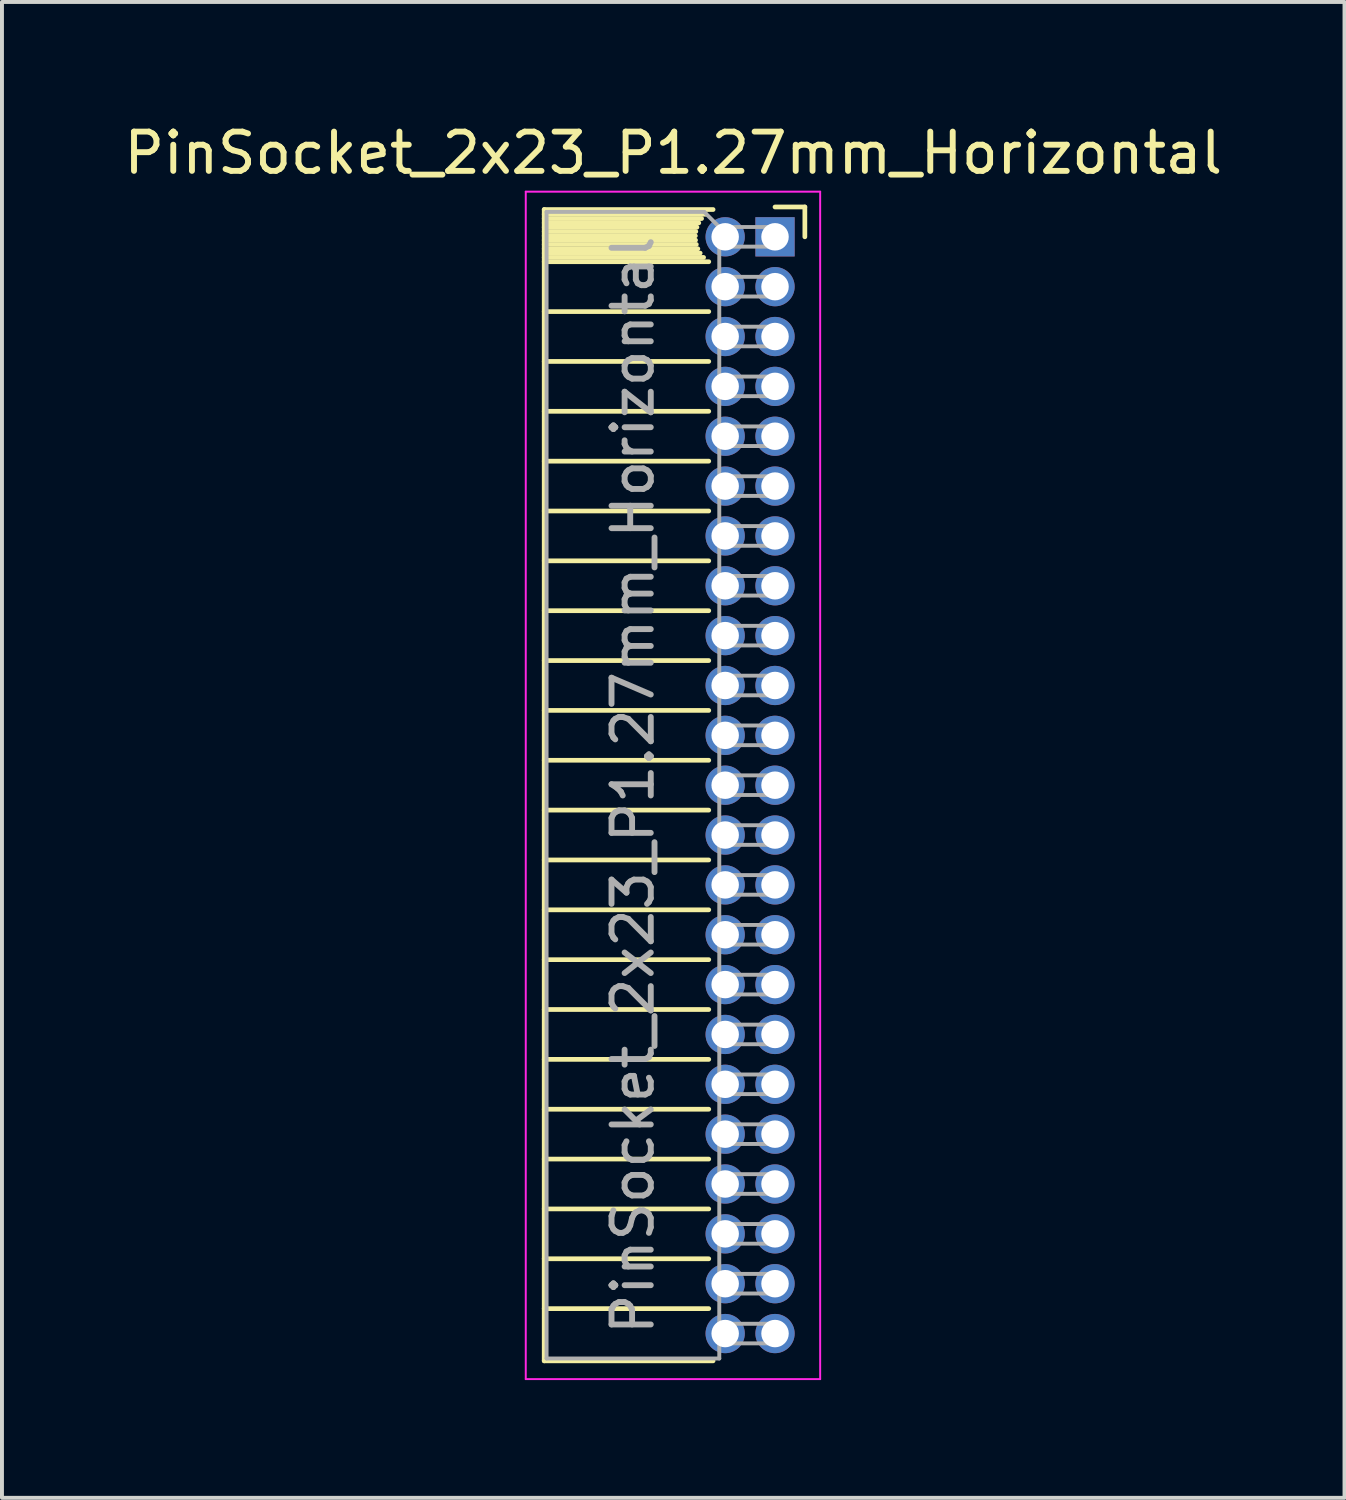
<source format=kicad_pcb>
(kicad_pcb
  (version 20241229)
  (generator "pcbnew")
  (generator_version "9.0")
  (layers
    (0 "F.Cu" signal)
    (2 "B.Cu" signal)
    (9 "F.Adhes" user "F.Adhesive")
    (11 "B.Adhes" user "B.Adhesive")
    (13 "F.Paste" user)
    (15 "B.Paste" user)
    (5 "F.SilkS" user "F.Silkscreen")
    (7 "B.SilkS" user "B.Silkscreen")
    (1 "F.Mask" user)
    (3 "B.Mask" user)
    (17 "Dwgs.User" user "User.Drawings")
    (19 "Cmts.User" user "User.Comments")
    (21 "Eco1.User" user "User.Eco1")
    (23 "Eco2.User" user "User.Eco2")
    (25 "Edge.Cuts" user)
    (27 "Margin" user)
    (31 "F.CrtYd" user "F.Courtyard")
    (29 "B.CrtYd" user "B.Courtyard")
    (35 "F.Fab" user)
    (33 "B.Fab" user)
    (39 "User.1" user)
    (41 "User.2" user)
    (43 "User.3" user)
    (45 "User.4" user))
  (footprint "PinSocket_2x23_P1.27mm_Horizontal"
    (layer "F.Cu")
    (at 16.694 2.983)
    (property "Reference" "PinSocket_2x23_P1.27mm_Horizontal" (at -2.592 -2.135 0) (layer "F.SilkS") (effects (font (size 1 1) (thickness 0.15))))
    (attr through_hole)
    (fp_line (start -5.88 -0.695) (end -5.88 28.635) (stroke (width 0.12) (type solid)) (layer "F.SilkS"))
    (fp_line (start -5.88 -0.695) (end -1.578 -0.695) (stroke (width 0.12) (type solid)) (layer "F.SilkS"))
    (fp_line (start -5.88 -0.575) (end -1.767 -0.575) (stroke (width 0.12) (type solid)) (layer "F.SilkS"))
    (fp_line (start -5.88 -0.465) (end -1.871 -0.465) (stroke (width 0.12) (type solid)) (layer "F.SilkS"))
    (fp_line (start -5.88 -0.355) (end -1.942 -0.355) (stroke (width 0.12) (type solid)) (layer "F.SilkS"))
    (fp_line (start -5.88 -0.245) (end -1.989 -0.245) (stroke (width 0.12) (type solid)) (layer "F.SilkS"))
    (fp_line (start -5.88 -0.135) (end -2.018 -0.135) (stroke (width 0.12) (type solid)) (layer "F.SilkS"))
    (fp_line (start -5.88 -0.025) (end -2.03 -0.025) (stroke (width 0.12) (type solid)) (layer "F.SilkS"))
    (fp_line (start -5.88 0.085) (end -2.025 0.085) (stroke (width 0.12) (type solid)) (layer "F.SilkS"))
    (fp_line (start -5.88 0.195) (end -2.005 0.195) (stroke (width 0.12) (type solid)) (layer "F.SilkS"))
    (fp_line (start -5.88 0.305) (end -1.966 0.305) (stroke (width 0.12) (type solid)) (layer "F.SilkS"))
    (fp_line (start -5.88 0.415) (end -1.907 0.415) (stroke (width 0.12) (type solid)) (layer "F.SilkS"))
    (fp_line (start -5.88 0.525) (end -1.82 0.525) (stroke (width 0.12) (type solid)) (layer "F.SilkS"))
    (fp_line (start -5.88 0.635) (end -1.688 0.635) (stroke (width 0.12) (type solid)) (layer "F.SilkS"))
    (fp_line (start -5.88 1.905) (end -1.688 1.905) (stroke (width 0.12) (type solid)) (layer "F.SilkS"))
    (fp_line (start -5.88 3.175) (end -1.688 3.175) (stroke (width 0.12) (type solid)) (layer "F.SilkS"))
    (fp_line (start -5.88 4.445) (end -1.688 4.445) (stroke (width 0.12) (type solid)) (layer "F.SilkS"))
    (fp_line (start -5.88 5.715) (end -1.688 5.715) (stroke (width 0.12) (type solid)) (layer "F.SilkS"))
    (fp_line (start -5.88 6.985) (end -1.688 6.985) (stroke (width 0.12) (type solid)) (layer "F.SilkS"))
    (fp_line (start -5.88 8.255) (end -1.688 8.255) (stroke (width 0.12) (type solid)) (layer "F.SilkS"))
    (fp_line (start -5.88 9.525) (end -1.688 9.525) (stroke (width 0.12) (type solid)) (layer "F.SilkS"))
    (fp_line (start -5.88 10.795) (end -1.688 10.795) (stroke (width 0.12) (type solid)) (layer "F.SilkS"))
    (fp_line (start -5.88 12.065) (end -1.688 12.065) (stroke (width 0.12) (type solid)) (layer "F.SilkS"))
    (fp_line (start -5.88 13.335) (end -1.688 13.335) (stroke (width 0.12) (type solid)) (layer "F.SilkS"))
    (fp_line (start -5.88 14.605) (end -1.688 14.605) (stroke (width 0.12) (type solid)) (layer "F.SilkS"))
    (fp_line (start -5.88 15.875) (end -1.688 15.875) (stroke (width 0.12) (type solid)) (layer "F.SilkS"))
    (fp_line (start -5.88 17.145) (end -1.688 17.145) (stroke (width 0.12) (type solid)) (layer "F.SilkS"))
    (fp_line (start -5.88 18.415) (end -1.688 18.415) (stroke (width 0.12) (type solid)) (layer "F.SilkS"))
    (fp_line (start -5.88 19.685) (end -1.688 19.685) (stroke (width 0.12) (type solid)) (layer "F.SilkS"))
    (fp_line (start -5.88 20.955) (end -1.688 20.955) (stroke (width 0.12) (type solid)) (layer "F.SilkS"))
    (fp_line (start -5.88 22.225) (end -1.688 22.225) (stroke (width 0.12) (type solid)) (layer "F.SilkS"))
    (fp_line (start -5.88 23.495) (end -1.688 23.495) (stroke (width 0.12) (type solid)) (layer "F.SilkS"))
    (fp_line (start -5.88 24.765) (end -1.688 24.765) (stroke (width 0.12) (type solid)) (layer "F.SilkS"))
    (fp_line (start -5.88 26.035) (end -1.688 26.035) (stroke (width 0.12) (type solid)) (layer "F.SilkS"))
    (fp_line (start -5.88 27.305) (end -1.688 27.305) (stroke (width 0.12) (type solid)) (layer "F.SilkS"))
    (fp_line (start -5.88 28.635) (end -1.578 28.635) (stroke (width 0.12) (type solid)) (layer "F.SilkS"))
    (fp_line (start 0 -0.76) (end 0.76 -0.76) (stroke (width 0.12) (type solid)) (layer "F.SilkS"))
    (fp_line (start 0.76 -0.76) (end 0.76 0) (stroke (width 0.12) (type solid)) (layer "F.SilkS"))
    (fp_line (start -6.35 -1.15) (end -6.35 29.1) (stroke (width 0.05) (type solid)) (layer "F.CrtYd"))
    (fp_line (start -6.35 29.1) (end 1.15 29.1) (stroke (width 0.05) (type solid)) (layer "F.CrtYd"))
    (fp_line (start 1.15 -1.15) (end -6.35 -1.15) (stroke (width 0.05) (type solid)) (layer "F.CrtYd"))
    (fp_line (start 1.15 29.1) (end 1.15 -1.15) (stroke (width 0.05) (type solid)) (layer "F.CrtYd"))
    (fp_line (start -5.82 -0.635) (end -1.805 -0.635) (stroke (width 0.1) (type solid)) (layer "F.Fab"))
    (fp_line (start -5.82 28.575) (end -5.82 -0.635) (stroke (width 0.1) (type solid)) (layer "F.Fab"))
    (fp_line (start -1.805 -0.635) (end -1.42 -0.25) (stroke (width 0.1) (type solid)) (layer "F.Fab"))
    (fp_line (start -1.42 -0.25) (end -1.42 28.575) (stroke (width 0.1) (type solid)) (layer "F.Fab"))
    (fp_line (start -1.42 0.25) (end 0 0.25) (stroke (width 0.1) (type solid)) (layer "F.Fab"))
    (fp_line (start -1.42 1.52) (end 0 1.52) (stroke (width 0.1) (type solid)) (layer "F.Fab"))
    (fp_line (start -1.42 2.79) (end 0 2.79) (stroke (width 0.1) (type solid)) (layer "F.Fab"))
    (fp_line (start -1.42 4.06) (end 0 4.06) (stroke (width 0.1) (type solid)) (layer "F.Fab"))
    (fp_line (start -1.42 5.33) (end 0 5.33) (stroke (width 0.1) (type solid)) (layer "F.Fab"))
    (fp_line (start -1.42 6.6) (end 0 6.6) (stroke (width 0.1) (type solid)) (layer "F.Fab"))
    (fp_line (start -1.42 7.87) (end 0 7.87) (stroke (width 0.1) (type solid)) (layer "F.Fab"))
    (fp_line (start -1.42 9.14) (end 0 9.14) (stroke (width 0.1) (type solid)) (layer "F.Fab"))
    (fp_line (start -1.42 10.41) (end 0 10.41) (stroke (width 0.1) (type solid)) (layer "F.Fab"))
    (fp_line (start -1.42 11.68) (end 0 11.68) (stroke (width 0.1) (type solid)) (layer "F.Fab"))
    (fp_line (start -1.42 12.95) (end 0 12.95) (stroke (width 0.1) (type solid)) (layer "F.Fab"))
    (fp_line (start -1.42 14.22) (end 0 14.22) (stroke (width 0.1) (type solid)) (layer "F.Fab"))
    (fp_line (start -1.42 15.49) (end 0 15.49) (stroke (width 0.1) (type solid)) (layer "F.Fab"))
    (fp_line (start -1.42 16.76) (end 0 16.76) (stroke (width 0.1) (type solid)) (layer "F.Fab"))
    (fp_line (start -1.42 18.03) (end 0 18.03) (stroke (width 0.1) (type solid)) (layer "F.Fab"))
    (fp_line (start -1.42 19.3) (end 0 19.3) (stroke (width 0.1) (type solid)) (layer "F.Fab"))
    (fp_line (start -1.42 20.57) (end 0 20.57) (stroke (width 0.1) (type solid)) (layer "F.Fab"))
    (fp_line (start -1.42 21.84) (end 0 21.84) (stroke (width 0.1) (type solid)) (layer "F.Fab"))
    (fp_line (start -1.42 23.11) (end 0 23.11) (stroke (width 0.1) (type solid)) (layer "F.Fab"))
    (fp_line (start -1.42 24.38) (end 0 24.38) (stroke (width 0.1) (type solid)) (layer "F.Fab"))
    (fp_line (start -1.42 25.65) (end 0 25.65) (stroke (width 0.1) (type solid)) (layer "F.Fab"))
    (fp_line (start -1.42 26.92) (end 0 26.92) (stroke (width 0.1) (type solid)) (layer "F.Fab"))
    (fp_line (start -1.42 28.19) (end 0 28.19) (stroke (width 0.1) (type solid)) (layer "F.Fab"))
    (fp_line (start -1.42 28.575) (end -5.82 28.575) (stroke (width 0.1) (type solid)) (layer "F.Fab"))
    (fp_line (start 0 -0.25) (end -1.42 -0.25) (stroke (width 0.1) (type solid)) (layer "F.Fab"))
    (fp_line (start 0 0.25) (end 0 -0.25) (stroke (width 0.1) (type solid)) (layer "F.Fab"))
    (fp_line (start 0 1.02) (end -1.42 1.02) (stroke (width 0.1) (type solid)) (layer "F.Fab"))
    (fp_line (start 0 1.52) (end 0 1.02) (stroke (width 0.1) (type solid)) (layer "F.Fab"))
    (fp_line (start 0 2.29) (end -1.42 2.29) (stroke (width 0.1) (type solid)) (layer "F.Fab"))
    (fp_line (start 0 2.79) (end 0 2.29) (stroke (width 0.1) (type solid)) (layer "F.Fab"))
    (fp_line (start 0 3.56) (end -1.42 3.56) (stroke (width 0.1) (type solid)) (layer "F.Fab"))
    (fp_line (start 0 4.06) (end 0 3.56) (stroke (width 0.1) (type solid)) (layer "F.Fab"))
    (fp_line (start 0 4.83) (end -1.42 4.83) (stroke (width 0.1) (type solid)) (layer "F.Fab"))
    (fp_line (start 0 5.33) (end 0 4.83) (stroke (width 0.1) (type solid)) (layer "F.Fab"))
    (fp_line (start 0 6.1) (end -1.42 6.1) (stroke (width 0.1) (type solid)) (layer "F.Fab"))
    (fp_line (start 0 6.6) (end 0 6.1) (stroke (width 0.1) (type solid)) (layer "F.Fab"))
    (fp_line (start 0 7.37) (end -1.42 7.37) (stroke (width 0.1) (type solid)) (layer "F.Fab"))
    (fp_line (start 0 7.87) (end 0 7.37) (stroke (width 0.1) (type solid)) (layer "F.Fab"))
    (fp_line (start 0 8.64) (end -1.42 8.64) (stroke (width 0.1) (type solid)) (layer "F.Fab"))
    (fp_line (start 0 9.14) (end 0 8.64) (stroke (width 0.1) (type solid)) (layer "F.Fab"))
    (fp_line (start 0 9.91) (end -1.42 9.91) (stroke (width 0.1) (type solid)) (layer "F.Fab"))
    (fp_line (start 0 10.41) (end 0 9.91) (stroke (width 0.1) (type solid)) (layer "F.Fab"))
    (fp_line (start 0 11.18) (end -1.42 11.18) (stroke (width 0.1) (type solid)) (layer "F.Fab"))
    (fp_line (start 0 11.68) (end 0 11.18) (stroke (width 0.1) (type solid)) (layer "F.Fab"))
    (fp_line (start 0 12.45) (end -1.42 12.45) (stroke (width 0.1) (type solid)) (layer "F.Fab"))
    (fp_line (start 0 12.95) (end 0 12.45) (stroke (width 0.1) (type solid)) (layer "F.Fab"))
    (fp_line (start 0 13.72) (end -1.42 13.72) (stroke (width 0.1) (type solid)) (layer "F.Fab"))
    (fp_line (start 0 14.22) (end 0 13.72) (stroke (width 0.1) (type solid)) (layer "F.Fab"))
    (fp_line (start 0 14.99) (end -1.42 14.99) (stroke (width 0.1) (type solid)) (layer "F.Fab"))
    (fp_line (start 0 15.49) (end 0 14.99) (stroke (width 0.1) (type solid)) (layer "F.Fab"))
    (fp_line (start 0 16.26) (end -1.42 16.26) (stroke (width 0.1) (type solid)) (layer "F.Fab"))
    (fp_line (start 0 16.76) (end 0 16.26) (stroke (width 0.1) (type solid)) (layer "F.Fab"))
    (fp_line (start 0 17.53) (end -1.42 17.53) (stroke (width 0.1) (type solid)) (layer "F.Fab"))
    (fp_line (start 0 18.03) (end 0 17.53) (stroke (width 0.1) (type solid)) (layer "F.Fab"))
    (fp_line (start 0 18.8) (end -1.42 18.8) (stroke (width 0.1) (type solid)) (layer "F.Fab"))
    (fp_line (start 0 19.3) (end 0 18.8) (stroke (width 0.1) (type solid)) (layer "F.Fab"))
    (fp_line (start 0 20.07) (end -1.42 20.07) (stroke (width 0.1) (type solid)) (layer "F.Fab"))
    (fp_line (start 0 20.57) (end 0 20.07) (stroke (width 0.1) (type solid)) (layer "F.Fab"))
    (fp_line (start 0 21.34) (end -1.42 21.34) (stroke (width 0.1) (type solid)) (layer "F.Fab"))
    (fp_line (start 0 21.84) (end 0 21.34) (stroke (width 0.1) (type solid)) (layer "F.Fab"))
    (fp_line (start 0 22.61) (end -1.42 22.61) (stroke (width 0.1) (type solid)) (layer "F.Fab"))
    (fp_line (start 0 23.11) (end 0 22.61) (stroke (width 0.1) (type solid)) (layer "F.Fab"))
    (fp_line (start 0 23.88) (end -1.42 23.88) (stroke (width 0.1) (type solid)) (layer "F.Fab"))
    (fp_line (start 0 24.38) (end 0 23.88) (stroke (width 0.1) (type solid)) (layer "F.Fab"))
    (fp_line (start 0 25.15) (end -1.42 25.15) (stroke (width 0.1) (type solid)) (layer "F.Fab"))
    (fp_line (start 0 25.65) (end 0 25.15) (stroke (width 0.1) (type solid)) (layer "F.Fab"))
    (fp_line (start 0 26.42) (end -1.42 26.42) (stroke (width 0.1) (type solid)) (layer "F.Fab"))
    (fp_line (start 0 26.92) (end 0 26.42) (stroke (width 0.1) (type solid)) (layer "F.Fab"))
    (fp_line (start 0 27.69) (end -1.42 27.69) (stroke (width 0.1) (type solid)) (layer "F.Fab"))
    (fp_line (start 0 28.19) (end 0 27.69) (stroke (width 0.1) (type solid)) (layer "F.Fab"))
    (fp_text user "${REFERENCE}" (at -3.62 13.97 90) (layer "F.Fab") (effects (font (size 1 1) (thickness 0.15))))
    (pad "1" thru_hole rect (at 0 0) (size 1 1) (drill 0.7) (layers "*.Cu" "*.Mask"))
    (pad "2" thru_hole oval (at -1.27 0) (size 1 1) (drill 0.7) (layers "*.Cu" "*.Mask"))
    (pad "3" thru_hole oval (at 0 1.27) (size 1 1) (drill 0.7) (layers "*.Cu" "*.Mask"))
    (pad "4" thru_hole oval (at -1.27 1.27) (size 1 1) (drill 0.7) (layers "*.Cu" "*.Mask"))
    (pad "5" thru_hole oval (at 0 2.54) (size 1 1) (drill 0.7) (layers "*.Cu" "*.Mask"))
    (pad "6" thru_hole oval (at -1.27 2.54) (size 1 1) (drill 0.7) (layers "*.Cu" "*.Mask"))
    (pad "7" thru_hole oval (at 0 3.81) (size 1 1) (drill 0.7) (layers "*.Cu" "*.Mask"))
    (pad "8" thru_hole oval (at -1.27 3.81) (size 1 1) (drill 0.7) (layers "*.Cu" "*.Mask"))
    (pad "9" thru_hole oval (at 0 5.08) (size 1 1) (drill 0.7) (layers "*.Cu" "*.Mask"))
    (pad "10" thru_hole oval (at -1.27 5.08) (size 1 1) (drill 0.7) (layers "*.Cu" "*.Mask"))
    (pad "11" thru_hole oval (at 0 6.35) (size 1 1) (drill 0.7) (layers "*.Cu" "*.Mask"))
    (pad "12" thru_hole oval (at -1.27 6.35) (size 1 1) (drill 0.7) (layers "*.Cu" "*.Mask"))
    (pad "13" thru_hole oval (at 0 7.62) (size 1 1) (drill 0.7) (layers "*.Cu" "*.Mask"))
    (pad "14" thru_hole oval (at -1.27 7.62) (size 1 1) (drill 0.7) (layers "*.Cu" "*.Mask"))
    (pad "15" thru_hole oval (at 0 8.89) (size 1 1) (drill 0.7) (layers "*.Cu" "*.Mask"))
    (pad "16" thru_hole oval (at -1.27 8.89) (size 1 1) (drill 0.7) (layers "*.Cu" "*.Mask"))
    (pad "17" thru_hole oval (at 0 10.16) (size 1 1) (drill 0.7) (layers "*.Cu" "*.Mask"))
    (pad "18" thru_hole oval (at -1.27 10.16) (size 1 1) (drill 0.7) (layers "*.Cu" "*.Mask"))
    (pad "19" thru_hole oval (at 0 11.43) (size 1 1) (drill 0.7) (layers "*.Cu" "*.Mask"))
    (pad "20" thru_hole oval (at -1.27 11.43) (size 1 1) (drill 0.7) (layers "*.Cu" "*.Mask"))
    (pad "21" thru_hole oval (at 0 12.7) (size 1 1) (drill 0.7) (layers "*.Cu" "*.Mask"))
    (pad "22" thru_hole oval (at -1.27 12.7) (size 1 1) (drill 0.7) (layers "*.Cu" "*.Mask"))
    (pad "23" thru_hole oval (at 0 13.97) (size 1 1) (drill 0.7) (layers "*.Cu" "*.Mask"))
    (pad "24" thru_hole oval (at -1.27 13.97) (size 1 1) (drill 0.7) (layers "*.Cu" "*.Mask"))
    (pad "25" thru_hole oval (at 0 15.24) (size 1 1) (drill 0.7) (layers "*.Cu" "*.Mask"))
    (pad "26" thru_hole oval (at -1.27 15.24) (size 1 1) (drill 0.7) (layers "*.Cu" "*.Mask"))
    (pad "27" thru_hole oval (at 0 16.51) (size 1 1) (drill 0.7) (layers "*.Cu" "*.Mask"))
    (pad "28" thru_hole oval (at -1.27 16.51) (size 1 1) (drill 0.7) (layers "*.Cu" "*.Mask"))
    (pad "29" thru_hole oval (at 0 17.78) (size 1 1) (drill 0.7) (layers "*.Cu" "*.Mask"))
    (pad "30" thru_hole oval (at -1.27 17.78) (size 1 1) (drill 0.7) (layers "*.Cu" "*.Mask"))
    (pad "31" thru_hole oval (at 0 19.05) (size 1 1) (drill 0.7) (layers "*.Cu" "*.Mask"))
    (pad "32" thru_hole oval (at -1.27 19.05) (size 1 1) (drill 0.7) (layers "*.Cu" "*.Mask"))
    (pad "33" thru_hole oval (at 0 20.32) (size 1 1) (drill 0.7) (layers "*.Cu" "*.Mask"))
    (pad "34" thru_hole oval (at -1.27 20.32) (size 1 1) (drill 0.7) (layers "*.Cu" "*.Mask"))
    (pad "35" thru_hole oval (at 0 21.59) (size 1 1) (drill 0.7) (layers "*.Cu" "*.Mask"))
    (pad "36" thru_hole oval (at -1.27 21.59) (size 1 1) (drill 0.7) (layers "*.Cu" "*.Mask"))
    (pad "37" thru_hole oval (at 0 22.86) (size 1 1) (drill 0.7) (layers "*.Cu" "*.Mask"))
    (pad "38" thru_hole oval (at -1.27 22.86) (size 1 1) (drill 0.7) (layers "*.Cu" "*.Mask"))
    (pad "39" thru_hole oval (at 0 24.13) (size 1 1) (drill 0.7) (layers "*.Cu" "*.Mask"))
    (pad "40" thru_hole oval (at -1.27 24.13) (size 1 1) (drill 0.7) (layers "*.Cu" "*.Mask"))
    (pad "41" thru_hole oval (at 0 25.4) (size 1 1) (drill 0.7) (layers "*.Cu" "*.Mask"))
    (pad "42" thru_hole oval (at -1.27 25.4) (size 1 1) (drill 0.7) (layers "*.Cu" "*.Mask"))
    (pad "43" thru_hole oval (at 0 26.67) (size 1 1) (drill 0.7) (layers "*.Cu" "*.Mask"))
    (pad "44" thru_hole oval (at -1.27 26.67) (size 1 1) (drill 0.7) (layers "*.Cu" "*.Mask"))
    (pad "45" thru_hole oval (at 0 27.94) (size 1 1) (drill 0.7) (layers "*.Cu" "*.Mask"))
    (pad "46" thru_hole oval (at -1.27 27.94) (size 1 1) (drill 0.7) (layers "*.Cu" "*.Mask")))
  (gr_rect
    (start -3 -3)
    (end 31.202 35.108)
    (stroke (width 0.1) (type default))
    (fill no)
    (layer "Edge.Cuts")))
</source>
